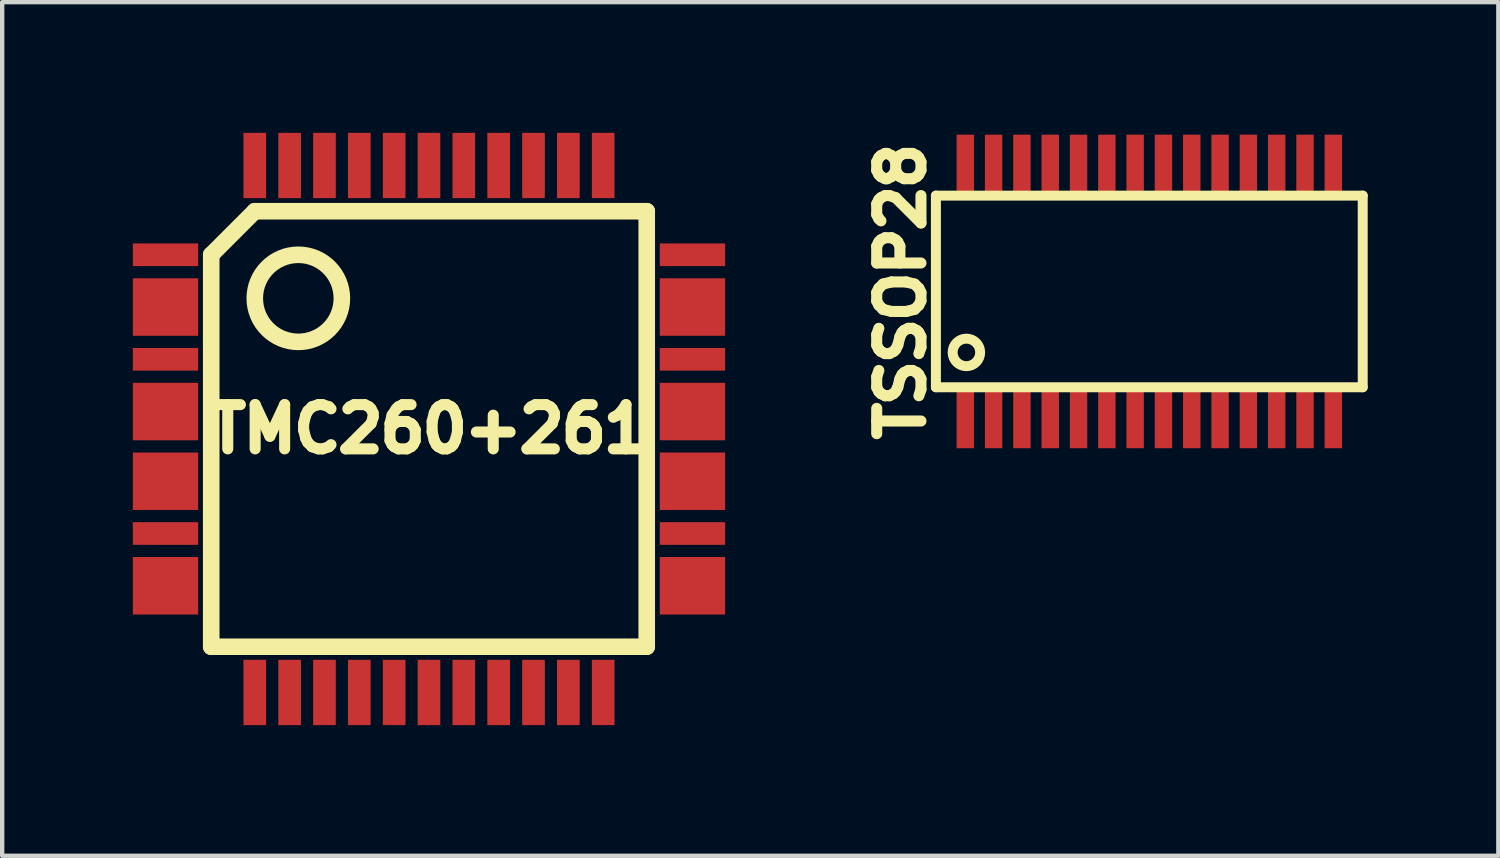
<source format=kicad_pcb>
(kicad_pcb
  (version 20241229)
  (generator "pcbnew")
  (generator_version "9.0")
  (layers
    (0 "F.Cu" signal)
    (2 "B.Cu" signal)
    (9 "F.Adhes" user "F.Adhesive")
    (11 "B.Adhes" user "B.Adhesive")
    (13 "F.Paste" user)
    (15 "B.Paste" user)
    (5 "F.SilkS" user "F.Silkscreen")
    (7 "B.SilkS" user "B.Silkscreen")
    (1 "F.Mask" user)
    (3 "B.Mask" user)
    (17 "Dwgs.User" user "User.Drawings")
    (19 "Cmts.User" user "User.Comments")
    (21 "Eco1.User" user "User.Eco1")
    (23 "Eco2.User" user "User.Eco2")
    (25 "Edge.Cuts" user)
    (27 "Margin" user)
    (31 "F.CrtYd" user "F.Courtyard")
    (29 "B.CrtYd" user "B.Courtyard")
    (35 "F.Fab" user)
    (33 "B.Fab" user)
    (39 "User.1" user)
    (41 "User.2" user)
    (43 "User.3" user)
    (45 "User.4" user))
  (footprint "TMC260+261"
    (layer "F.Cu")
    (at 6.8 6.8)
    (property "Reference" "TMC260+261" (at 0 0 0) (layer "F.SilkS") (effects (font (size 1.016 1.016) (thickness 0.254))))
    (attr through_hole)
    (fp_line (start -5 -4) (end -5 5) (stroke (width 0.381) (type solid)) (layer "F.SilkS"))
    (fp_line (start -5 5) (end 5 5) (stroke (width 0.381) (type solid)) (layer "F.SilkS"))
    (fp_line (start -4 -5) (end -5 -4) (stroke (width 0.381) (type solid)) (layer "F.SilkS"))
    (fp_line (start 5 -5) (end -4 -5) (stroke (width 0.381) (type solid)) (layer "F.SilkS"))
    (fp_line (start 5 5) (end 5 -5) (stroke (width 0.381) (type solid)) (layer "F.SilkS"))
    (fp_circle (center -3 -3) (end -3 -4) (stroke (width 0.381) (type solid)) (fill no) (layer "F.SilkS"))
    (pad "1" smd rect (at -6.05 -4) (size 1.5 0.52) (layers "F.Cu" "F.Mask" "F.Paste"))
    (pad "2" smd rect (at -6.05 -2.8) (size 1.5 1.32) (layers "F.Cu" "F.Mask" "F.Paste"))
    (pad "4" smd rect (at -6.05 -1.6) (size 1.5 0.52) (layers "F.Cu" "F.Mask" "F.Paste"))
    (pad "5" smd rect (at -6.05 -0.4) (size 1.5 1.32) (layers "F.Cu" "F.Mask" "F.Paste"))
    (pad "7" smd rect (at -6.05 1.2) (size 1.5 1.32) (layers "F.Cu" "F.Mask" "F.Paste"))
    (pad "9" smd rect (at -6.05 2.4) (size 1.5 0.52) (layers "F.Cu" "F.Mask" "F.Paste"))
    (pad "10" smd rect (at -6.05 3.6) (size 1.5 1.32) (layers "F.Cu" "F.Mask" "F.Paste"))
    (pad "12" smd rect (at -4 6.05) (size 0.52 1.5) (layers "F.Cu" "F.Mask" "F.Paste"))
    (pad "13" smd rect (at -3.2 6.05) (size 0.52 1.5) (layers "F.Cu" "F.Mask" "F.Paste"))
    (pad "14" smd rect (at -2.4 6.05) (size 0.52 1.5) (layers "F.Cu" "F.Mask" "F.Paste"))
    (pad "15" smd rect (at -1.6 6.05) (size 0.52 1.5) (layers "F.Cu" "F.Mask" "F.Paste"))
    (pad "16" smd rect (at -0.8 6.05) (size 0.52 1.5) (layers "F.Cu" "F.Mask" "F.Paste"))
    (pad "17" smd rect (at 0 6.05) (size 0.52 1.5) (layers "F.Cu" "F.Mask" "F.Paste"))
    (pad "18" smd rect (at 0.8 6.05) (size 0.52 1.5) (layers "F.Cu" "F.Mask" "F.Paste"))
    (pad "19" smd rect (at 1.6 6.05) (size 0.52 1.5) (layers "F.Cu" "F.Mask" "F.Paste"))
    (pad "20" smd rect (at 2.4 6.05) (size 0.52 1.5) (layers "F.Cu" "F.Mask" "F.Paste"))
    (pad "21" smd rect (at 3.2 6.05) (size 0.52 1.5) (layers "F.Cu" "F.Mask" "F.Paste"))
    (pad "22" smd rect (at 4 6.05) (size 0.52 1.5) (layers "F.Cu" "F.Mask" "F.Paste"))
    (pad "23" smd rect (at 6.05 3.6) (size 1.5 1.32) (layers "F.Cu" "F.Mask" "F.Paste"))
    (pad "25" smd rect (at 6.05 2.4) (size 1.5 0.52) (layers "F.Cu" "F.Mask" "F.Paste"))
    (pad "26" smd rect (at 6.05 1.2) (size 1.5 1.32) (layers "F.Cu" "F.Mask" "F.Paste"))
    (pad "28" smd rect (at 6.05 -0.4) (size 1.5 1.32) (layers "F.Cu" "F.Mask" "F.Paste"))
    (pad "30" smd rect (at 6.05 -1.6) (size 1.5 0.52) (layers "F.Cu" "F.Mask" "F.Paste"))
    (pad "31" smd rect (at 6.05 -2.8) (size 1.5 1.32) (layers "F.Cu" "F.Mask" "F.Paste"))
    (pad "33" smd rect (at 6.05 -4) (size 1.5 0.52) (layers "F.Cu" "F.Mask" "F.Paste"))
    (pad "34" smd rect (at 4 -6.05) (size 0.52 1.5) (layers "F.Cu" "F.Mask" "F.Paste"))
    (pad "35" smd rect (at 3.2 -6.05) (size 0.52 1.5) (layers "F.Cu" "F.Mask" "F.Paste"))
    (pad "36" smd rect (at 2.4 -6.05) (size 0.52 1.5) (layers "F.Cu" "F.Mask" "F.Paste"))
    (pad "37" smd rect (at 1.6 -6.05) (size 0.52 1.5) (layers "F.Cu" "F.Mask" "F.Paste"))
    (pad "38" smd rect (at 0.8 -6.05) (size 0.52 1.5) (layers "F.Cu" "F.Mask" "F.Paste"))
    (pad "39" smd rect (at 0 -6.05) (size 0.52 1.5) (layers "F.Cu" "F.Mask" "F.Paste"))
    (pad "40" smd rect (at -0.8 -6.05) (size 0.52 1.5) (layers "F.Cu" "F.Mask" "F.Paste"))
    (pad "41" smd rect (at -1.6 -6.05) (size 0.52 1.5) (layers "F.Cu" "F.Mask" "F.Paste"))
    (pad "42" smd rect (at -2.4 -6.05) (size 0.52 1.5) (layers "F.Cu" "F.Mask" "F.Paste"))
    (pad "43" smd rect (at -3.2 -6.05) (size 0.52 1.5) (layers "F.Cu" "F.Mask" "F.Paste"))
    (pad "44" smd rect (at -4 -6.05) (size 0.52 1.5) (layers "F.Cu" "F.Mask" "F.Paste")))
  (footprint "TSSOP28"
    (layer "F.Cu")
    (at 23.34 3.642)
    (property "Reference" "TSSOP28" (at -5.7 0 90) (layer "F.SilkS") (effects (font (size 1.016 1.016) (thickness 0.254))))
    (attr through_hole)
    (fp_line (start -4.9 -2.2) (end -4.9 2.2) (stroke (width 0.229) (type solid)) (layer "F.SilkS"))
    (fp_line (start -4.9 2.2) (end 4.9 2.2) (stroke (width 0.229) (type solid)) (layer "F.SilkS"))
    (fp_line (start 4.9 -2.2) (end -4.9 -2.2) (stroke (width 0.229) (type solid)) (layer "F.SilkS"))
    (fp_line (start 4.9 2.2) (end 4.9 -2.2) (stroke (width 0.229) (type solid)) (layer "F.SilkS"))
    (fp_circle (center -4.2 1.4) (end -4.1 1.1) (stroke (width 0.229) (type solid)) (fill no) (layer "F.SilkS"))
    (pad "1" smd rect (at -4.225 2.925) (size 0.4 1.35) (layers "F.Cu" "F.Mask" "F.Paste"))
    (pad "2" smd rect (at -3.575 2.925) (size 0.4 1.35) (layers "F.Cu" "F.Mask" "F.Paste"))
    (pad "3" smd rect (at -2.925 2.925) (size 0.4 1.35) (layers "F.Cu" "F.Mask" "F.Paste"))
    (pad "4" smd rect (at -2.275 2.925) (size 0.4 1.35) (layers "F.Cu" "F.Mask" "F.Paste"))
    (pad "5" smd rect (at -1.625 2.925) (size 0.4 1.35) (layers "F.Cu" "F.Mask" "F.Paste"))
    (pad "6" smd rect (at -0.975 2.925) (size 0.4 1.35) (layers "F.Cu" "F.Mask" "F.Paste"))
    (pad "7" smd rect (at -0.325 2.925) (size 0.4 1.35) (layers "F.Cu" "F.Mask" "F.Paste"))
    (pad "8" smd rect (at 0.325 2.925) (size 0.4 1.35) (layers "F.Cu" "F.Mask" "F.Paste"))
    (pad "9" smd rect (at 0.975 2.925) (size 0.4 1.35) (layers "F.Cu" "F.Mask" "F.Paste"))
    (pad "10" smd rect (at 1.625 2.925) (size 0.4 1.35) (layers "F.Cu" "F.Mask" "F.Paste"))
    (pad "11" smd rect (at 2.275 2.925) (size 0.4 1.35) (layers "F.Cu" "F.Mask" "F.Paste"))
    (pad "12" smd rect (at 2.925 2.925) (size 0.4 1.35) (layers "F.Cu" "F.Mask" "F.Paste"))
    (pad "13" smd rect (at 3.575 2.925) (size 0.4 1.35) (layers "F.Cu" "F.Mask" "F.Paste"))
    (pad "14" smd rect (at 4.225 2.925) (size 0.4 1.35) (layers "F.Cu" "F.Mask" "F.Paste"))
    (pad "15" smd rect (at 4.225 -2.925) (size 0.4 1.35) (layers "F.Cu" "F.Mask" "F.Paste"))
    (pad "16" smd rect (at 3.575 -2.925) (size 0.4 1.35) (layers "F.Cu" "F.Mask" "F.Paste"))
    (pad "17" smd rect (at 2.925 -2.925) (size 0.4 1.35) (layers "F.Cu" "F.Mask" "F.Paste"))
    (pad "18" smd rect (at 2.275 -2.925) (size 0.4 1.35) (layers "F.Cu" "F.Mask" "F.Paste"))
    (pad "19" smd rect (at 1.625 -2.925) (size 0.4 1.35) (layers "F.Cu" "F.Mask" "F.Paste"))
    (pad "20" smd rect (at 0.975 -2.925) (size 0.4 1.35) (layers "F.Cu" "F.Mask" "F.Paste"))
    (pad "21" smd rect (at 0.325 -2.925) (size 0.4 1.35) (layers "F.Cu" "F.Mask" "F.Paste"))
    (pad "22" smd rect (at -0.325 -2.925) (size 0.4 1.35) (layers "F.Cu" "F.Mask" "F.Paste"))
    (pad "23" smd rect (at -0.975 -2.925) (size 0.4 1.35) (layers "F.Cu" "F.Mask" "F.Paste"))
    (pad "24" smd rect (at -1.625 -2.925) (size 0.4 1.35) (layers "F.Cu" "F.Mask" "F.Paste"))
    (pad "25" smd rect (at -2.275 -2.925) (size 0.4 1.35) (layers "F.Cu" "F.Mask" "F.Paste"))
    (pad "26" smd rect (at -2.925 -2.925) (size 0.4 1.35) (layers "F.Cu" "F.Mask" "F.Paste"))
    (pad "27" smd rect (at -3.575 -2.925) (size 0.4 1.35) (layers "F.Cu" "F.Mask" "F.Paste"))
    (pad "28" smd rect (at -4.225 -2.925) (size 0.4 1.35) (layers "F.Cu" "F.Mask" "F.Paste")))
  (gr_rect
    (start -3 -3)
    (end 31.354 16.6)
    (stroke (width 0.1) (type default))
    (fill no)
    (layer "Edge.Cuts")))
</source>
